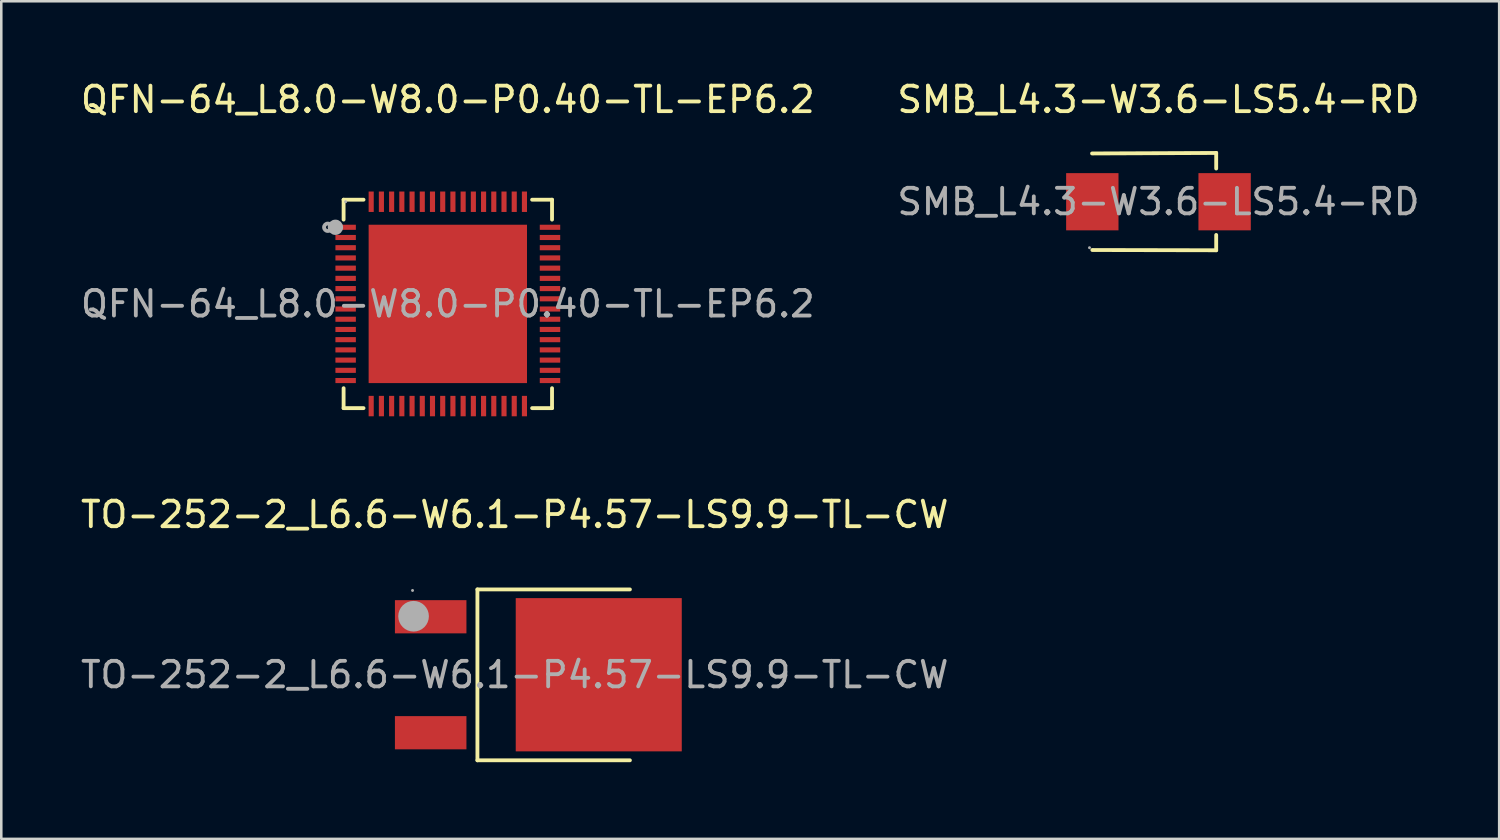
<source format=kicad_pcb>
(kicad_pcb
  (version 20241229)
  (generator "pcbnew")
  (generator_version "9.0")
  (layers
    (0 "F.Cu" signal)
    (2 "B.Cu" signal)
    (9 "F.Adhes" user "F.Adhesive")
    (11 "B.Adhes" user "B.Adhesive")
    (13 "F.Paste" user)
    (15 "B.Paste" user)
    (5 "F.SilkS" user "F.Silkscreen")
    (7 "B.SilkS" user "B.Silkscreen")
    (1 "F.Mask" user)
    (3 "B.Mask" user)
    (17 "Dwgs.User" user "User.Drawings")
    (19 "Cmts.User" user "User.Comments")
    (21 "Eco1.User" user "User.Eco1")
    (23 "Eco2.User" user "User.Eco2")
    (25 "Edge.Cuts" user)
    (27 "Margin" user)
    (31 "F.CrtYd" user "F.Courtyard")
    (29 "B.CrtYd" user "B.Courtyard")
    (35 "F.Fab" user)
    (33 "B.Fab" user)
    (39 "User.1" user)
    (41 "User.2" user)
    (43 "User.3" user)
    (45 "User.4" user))
  (footprint "QFN-64_L8.0-W8.0-P0.40-TL-EP6.2"
    (layer "F.Cu")
    (at 14.482 8.848)
    (property "Reference" "QFN-64_L8.0-W8.0-P0.40-TL-EP6.2" (at 0 -8 0) (layer "F.SilkS") (effects (font (size 1 1) (thickness 0.15))))
    (attr smd)
    (fp_line (start -4.08 -4.08) (end -3.3 -4.08) (stroke (width 0.15) (type solid)) (layer "F.SilkS"))
    (fp_line (start -4.08 -3.3) (end -4.08 -4.08) (stroke (width 0.15) (type solid)) (layer "F.SilkS"))
    (fp_line (start -4.08 3.3) (end -4.08 4.08) (stroke (width 0.15) (type solid)) (layer "F.SilkS"))
    (fp_line (start -4.08 4.08) (end -3.3 4.08) (stroke (width 0.15) (type solid)) (layer "F.SilkS"))
    (fp_line (start 4.08 -4.08) (end 3.3 -4.08) (stroke (width 0.15) (type solid)) (layer "F.SilkS"))
    (fp_line (start 4.08 -3.3) (end 4.08 -4.08) (stroke (width 0.15) (type solid)) (layer "F.SilkS"))
    (fp_line (start 4.08 3.3) (end 4.08 4.08) (stroke (width 0.15) (type solid)) (layer "F.SilkS"))
    (fp_line (start 4.08 4.08) (end 3.3 4.08) (stroke (width 0.15) (type solid)) (layer "F.SilkS"))
    (fp_circle (center -4.7 -3) (end -4.63 -3) (stroke (width 0.15) (type solid)) (fill no) (layer "F.Fab"))
    (fp_circle (center -4.4 -3) (end -4.25 -3) (stroke (width 0.3) (type solid)) (fill no) (layer "F.Fab"))
    (fp_circle (center -4 -4) (end -3.97 -4) (stroke (width 0.06) (type solid)) (fill no) (layer "F.Fab"))
    (fp_text user "${REFERENCE}" (at 0 0 0) (layer "F.Fab") (effects (font (size 1 1) (thickness 0.15))))
    (pad "1" smd rect (at -4 -3) (size 0.8 0.2) (layers "F.Cu" "F.Mask" "F.Paste"))
    (pad "2" smd rect (at -4 -2.6) (size 0.8 0.2) (layers "F.Cu" "F.Mask" "F.Paste"))
    (pad "3" smd rect (at -4 -2.2) (size 0.8 0.2) (layers "F.Cu" "F.Mask" "F.Paste"))
    (pad "4" smd rect (at -4 -1.8) (size 0.8 0.2) (layers "F.Cu" "F.Mask" "F.Paste"))
    (pad "5" smd rect (at -4 -1.4) (size 0.8 0.2) (layers "F.Cu" "F.Mask" "F.Paste"))
    (pad "6" smd rect (at -4 -1) (size 0.8 0.2) (layers "F.Cu" "F.Mask" "F.Paste"))
    (pad "7" smd rect (at -4 -0.6) (size 0.8 0.2) (layers "F.Cu" "F.Mask" "F.Paste"))
    (pad "8" smd rect (at -4 -0.2) (size 0.8 0.2) (layers "F.Cu" "F.Mask" "F.Paste"))
    (pad "9" smd rect (at -4 0.2) (size 0.8 0.2) (layers "F.Cu" "F.Mask" "F.Paste"))
    (pad "10" smd rect (at -4 0.6) (size 0.8 0.2) (layers "F.Cu" "F.Mask" "F.Paste"))
    (pad "11" smd rect (at -4 1) (size 0.8 0.2) (layers "F.Cu" "F.Mask" "F.Paste"))
    (pad "12" smd rect (at -4 1.4) (size 0.8 0.2) (layers "F.Cu" "F.Mask" "F.Paste"))
    (pad "13" smd rect (at -4 1.8) (size 0.8 0.2) (layers "F.Cu" "F.Mask" "F.Paste"))
    (pad "14" smd rect (at -4 2.2) (size 0.8 0.2) (layers "F.Cu" "F.Mask" "F.Paste"))
    (pad "15" smd rect (at -4 2.6) (size 0.8 0.2) (layers "F.Cu" "F.Mask" "F.Paste"))
    (pad "16" smd rect (at -4 3) (size 0.8 0.2) (layers "F.Cu" "F.Mask" "F.Paste"))
    (pad "17" smd rect (at -3 4) (size 0.2 0.8) (layers "F.Cu" "F.Mask" "F.Paste"))
    (pad "18" smd rect (at -2.6 4) (size 0.2 0.8) (layers "F.Cu" "F.Mask" "F.Paste"))
    (pad "19" smd rect (at -2.2 4) (size 0.2 0.8) (layers "F.Cu" "F.Mask" "F.Paste"))
    (pad "20" smd rect (at -1.8 4) (size 0.2 0.8) (layers "F.Cu" "F.Mask" "F.Paste"))
    (pad "21" smd rect (at -1.4 4) (size 0.2 0.8) (layers "F.Cu" "F.Mask" "F.Paste"))
    (pad "22" smd rect (at -1 4) (size 0.2 0.8) (layers "F.Cu" "F.Mask" "F.Paste"))
    (pad "23" smd rect (at -0.6 4) (size 0.2 0.8) (layers "F.Cu" "F.Mask" "F.Paste"))
    (pad "24" smd rect (at -0.2 4) (size 0.2 0.8) (layers "F.Cu" "F.Mask" "F.Paste"))
    (pad "25" smd rect (at 0.2 4) (size 0.2 0.8) (layers "F.Cu" "F.Mask" "F.Paste"))
    (pad "26" smd rect (at 0.6 4) (size 0.2 0.8) (layers "F.Cu" "F.Mask" "F.Paste"))
    (pad "27" smd rect (at 1 4) (size 0.2 0.8) (layers "F.Cu" "F.Mask" "F.Paste"))
    (pad "28" smd rect (at 1.4 4) (size 0.2 0.8) (layers "F.Cu" "F.Mask" "F.Paste"))
    (pad "29" smd rect (at 1.8 4) (size 0.2 0.8) (layers "F.Cu" "F.Mask" "F.Paste"))
    (pad "30" smd rect (at 2.2 4) (size 0.2 0.8) (layers "F.Cu" "F.Mask" "F.Paste"))
    (pad "31" smd rect (at 2.6 4) (size 0.2 0.8) (layers "F.Cu" "F.Mask" "F.Paste"))
    (pad "32" smd rect (at 3 4) (size 0.2 0.8) (layers "F.Cu" "F.Mask" "F.Paste"))
    (pad "33" smd rect (at 4 3) (size 0.8 0.2) (layers "F.Cu" "F.Mask" "F.Paste"))
    (pad "34" smd rect (at 4 2.6) (size 0.8 0.2) (layers "F.Cu" "F.Mask" "F.Paste"))
    (pad "35" smd rect (at 4 2.2) (size 0.8 0.2) (layers "F.Cu" "F.Mask" "F.Paste"))
    (pad "36" smd rect (at 4 1.8) (size 0.8 0.2) (layers "F.Cu" "F.Mask" "F.Paste"))
    (pad "37" smd rect (at 4 1.4) (size 0.8 0.2) (layers "F.Cu" "F.Mask" "F.Paste"))
    (pad "38" smd rect (at 4 1) (size 0.8 0.2) (layers "F.Cu" "F.Mask" "F.Paste"))
    (pad "39" smd rect (at 4 0.6) (size 0.8 0.2) (layers "F.Cu" "F.Mask" "F.Paste"))
    (pad "40" smd rect (at 4 0.2) (size 0.8 0.2) (layers "F.Cu" "F.Mask" "F.Paste"))
    (pad "41" smd rect (at 4 -0.2) (size 0.8 0.2) (layers "F.Cu" "F.Mask" "F.Paste"))
    (pad "42" smd rect (at 4 -0.6) (size 0.8 0.2) (layers "F.Cu" "F.Mask" "F.Paste"))
    (pad "43" smd rect (at 4 -1) (size 0.8 0.2) (layers "F.Cu" "F.Mask" "F.Paste"))
    (pad "44" smd rect (at 4 -1.4) (size 0.8 0.2) (layers "F.Cu" "F.Mask" "F.Paste"))
    (pad "45" smd rect (at 4 -1.8) (size 0.8 0.2) (layers "F.Cu" "F.Mask" "F.Paste"))
    (pad "46" smd rect (at 4 -2.2) (size 0.8 0.2) (layers "F.Cu" "F.Mask" "F.Paste"))
    (pad "47" smd rect (at 4 -2.6) (size 0.8 0.2) (layers "F.Cu" "F.Mask" "F.Paste"))
    (pad "48" smd rect (at 4 -3) (size 0.8 0.2) (layers "F.Cu" "F.Mask" "F.Paste"))
    (pad "49" smd rect (at 3 -4) (size 0.2 0.8) (layers "F.Cu" "F.Mask" "F.Paste"))
    (pad "50" smd rect (at 2.6 -4) (size 0.2 0.8) (layers "F.Cu" "F.Mask" "F.Paste"))
    (pad "51" smd rect (at 2.2 -4) (size 0.2 0.8) (layers "F.Cu" "F.Mask" "F.Paste"))
    (pad "52" smd rect (at 1.8 -4) (size 0.2 0.8) (layers "F.Cu" "F.Mask" "F.Paste"))
    (pad "53" smd rect (at 1.4 -4) (size 0.2 0.8) (layers "F.Cu" "F.Mask" "F.Paste"))
    (pad "54" smd rect (at 1 -4) (size 0.2 0.8) (layers "F.Cu" "F.Mask" "F.Paste"))
    (pad "55" smd rect (at 0.6 -4) (size 0.2 0.8) (layers "F.Cu" "F.Mask" "F.Paste"))
    (pad "56" smd rect (at 0.2 -4) (size 0.2 0.8) (layers "F.Cu" "F.Mask" "F.Paste"))
    (pad "57" smd rect (at -0.2 -4) (size 0.2 0.8) (layers "F.Cu" "F.Mask" "F.Paste"))
    (pad "58" smd rect (at -0.6 -4) (size 0.2 0.8) (layers "F.Cu" "F.Mask" "F.Paste"))
    (pad "59" smd rect (at -1 -4) (size 0.2 0.8) (layers "F.Cu" "F.Mask" "F.Paste"))
    (pad "60" smd rect (at -1.4 -4) (size 0.2 0.8) (layers "F.Cu" "F.Mask" "F.Paste"))
    (pad "61" smd rect (at -1.8 -4) (size 0.2 0.8) (layers "F.Cu" "F.Mask" "F.Paste"))
    (pad "62" smd rect (at -2.2 -4) (size 0.2 0.8) (layers "F.Cu" "F.Mask" "F.Paste"))
    (pad "63" smd rect (at -2.6 -4) (size 0.2 0.8) (layers "F.Cu" "F.Mask" "F.Paste"))
    (pad "64" smd rect (at -3 -4) (size 0.2 0.8) (layers "F.Cu" "F.Mask" "F.Paste"))
    (pad "65" smd rect (at 0 0) (size 6.2 6.2) (layers "F.Cu" "F.Mask" "F.Paste")))
  (footprint "TO-252-2_L6.6-W6.1-P4.57-LS9.9-TL-CW"
    (layer "F.Cu")
    (at 17.101 23.366)
    (property "Reference" "TO-252-2_L6.6-W6.1-P4.57-LS9.9-TL-CW" (at 0 -6.27 0) (layer "F.SilkS") (effects (font (size 1 1) (thickness 0.15))))
    (attr smd)
    (fp_line (start -1.46 -3.34) (end -1.46 3.35) (stroke (width 0.15) (type solid)) (layer "F.SilkS"))
    (fp_line (start 4.51 -3.34) (end -1.46 -3.34) (stroke (width 0.15) (type solid)) (layer "F.SilkS"))
    (fp_line (start 4.51 3.35) (end -1.46 3.35) (stroke (width 0.15) (type solid)) (layer "F.SilkS"))
    (fp_circle (center -4 -3.3) (end -3.97 -3.3) (stroke (width 0.06) (type solid)) (fill no) (layer "F.Fab"))
    (fp_circle (center -3.96 -2.29) (end -3.66 -2.29) (stroke (width 0.6) (type solid)) (fill no) (layer "F.Fab"))
    (fp_text user "${REFERENCE}" (at 0 0 0) (layer "F.Fab") (effects (font (size 1 1) (thickness 0.15))))
    (pad "1" smd rect (at -3.29 -2.27) (size 2.8 1.3) (layers "F.Cu" "F.Mask" "F.Paste"))
    (pad "2" smd rect (at 3.29 0) (size 6.5 6) (layers "F.Cu" "F.Mask" "F.Paste"))
    (pad "3" smd rect (at -3.29 2.27) (size 2.8 1.3) (layers "F.Cu" "F.Mask" "F.Paste")))
  (footprint "SMB_L4.3-W3.6-LS5.4-RD"
    (layer "F.Cu")
    (at 42.304 4.848)
    (property "Reference" "SMB_L4.3-W3.6-LS5.4-RD" (at 0 -4 0) (layer "F.SilkS") (effects (font (size 1 1) (thickness 0.15))))
    (attr smd)
    (fp_line (start 2.25 -1.91) (end -2.6 -1.89) (stroke (width 0.15) (type solid)) (layer "F.SilkS"))
    (fp_line (start 2.25 -1.91) (end 2.26 -1.91) (stroke (width 0.15) (type solid)) (layer "F.SilkS"))
    (fp_line (start 2.26 -1.91) (end 2.26 -1.3) (stroke (width 0.15) (type solid)) (layer "F.SilkS"))
    (fp_line (start 2.26 1.3) (end 2.26 1.9) (stroke (width 0.15) (type solid)) (layer "F.SilkS"))
    (fp_line (start 2.26 1.9) (end -2.59 1.89) (stroke (width 0.15) (type solid)) (layer "F.SilkS"))
    (fp_circle (center -2.7 1.8) (end -2.67 1.8) (stroke (width 0.06) (type solid)) (fill no) (layer "F.Fab"))
    (fp_text user "${REFERENCE}" (at 0 0 0) (layer "F.Fab") (effects (font (size 1 1) (thickness 0.15))))
    (pad "1" smd rect (at -2.59 0) (size 2.05 2.24) (layers "F.Cu" "F.Mask" "F.Paste"))
    (pad "2" smd rect (at 2.59 0) (size 2.05 2.24) (layers "F.Cu" "F.Mask" "F.Paste")))
  (gr_rect
    (start -3 -3)
    (end 55.643 29.791)
    (stroke (width 0.1) (type default))
    (fill no)
    (layer "Edge.Cuts")))
</source>
